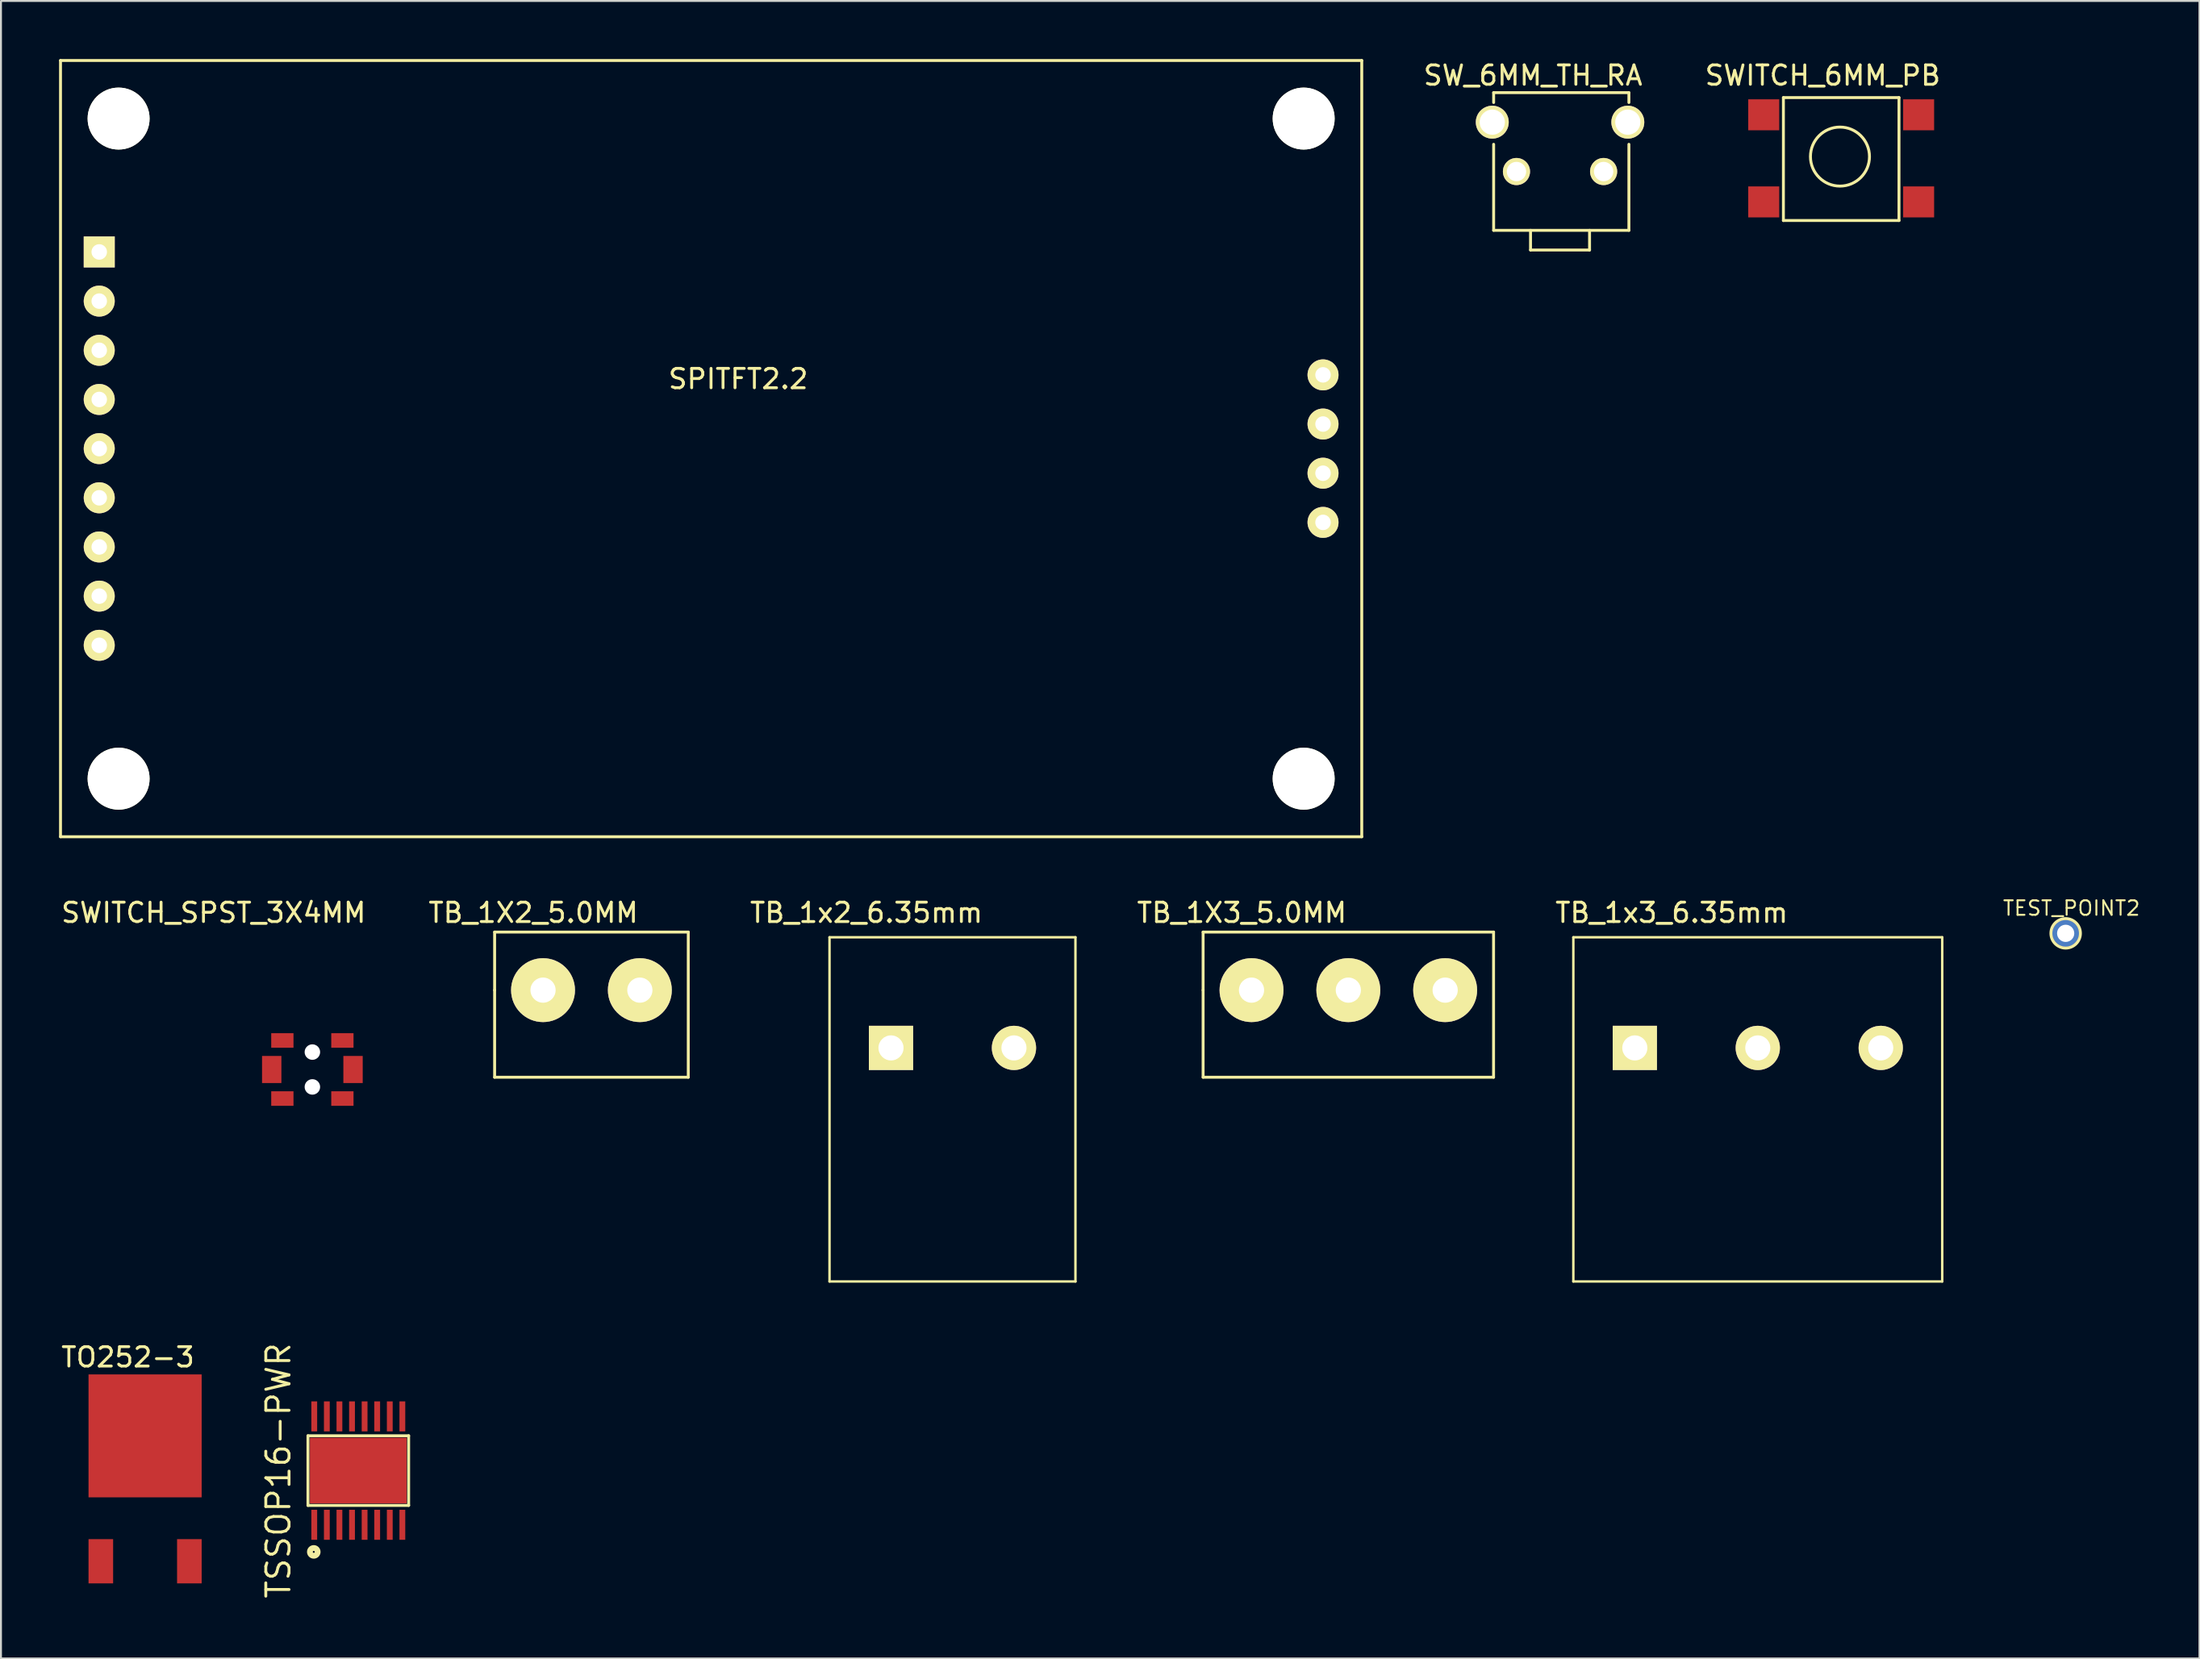
<source format=kicad_pcb>
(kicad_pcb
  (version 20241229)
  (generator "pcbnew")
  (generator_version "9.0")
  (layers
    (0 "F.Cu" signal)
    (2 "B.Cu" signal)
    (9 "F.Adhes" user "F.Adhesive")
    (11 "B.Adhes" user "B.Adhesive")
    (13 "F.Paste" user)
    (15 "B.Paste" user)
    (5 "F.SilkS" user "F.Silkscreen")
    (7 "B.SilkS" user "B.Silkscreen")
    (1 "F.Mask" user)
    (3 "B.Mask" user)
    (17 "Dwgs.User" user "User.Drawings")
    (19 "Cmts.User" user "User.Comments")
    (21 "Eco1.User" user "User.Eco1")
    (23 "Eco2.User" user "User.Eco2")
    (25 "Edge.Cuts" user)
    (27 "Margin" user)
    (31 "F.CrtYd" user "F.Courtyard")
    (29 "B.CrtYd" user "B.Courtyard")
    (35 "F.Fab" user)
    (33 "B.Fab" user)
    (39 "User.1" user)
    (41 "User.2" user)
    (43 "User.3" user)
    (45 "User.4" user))
  (footprint "TB_1X3_5.0MM"
    (layer "F.Cu")
    (at 61.582 48.098)
    (property "Reference" "TB_1X3_5.0MM" (at -0.5 -4 0) (layer "F.SilkS") (effects (font (size 1 1) (thickness 0.15))))
    (attr through_hole)
    (fp_line (start -2.5 -3) (end -2.5 0) (stroke (width 0.15) (type solid)) (layer "F.SilkS"))
    (fp_line (start -2.5 0) (end -2.5 4.5) (stroke (width 0.15) (type solid)) (layer "F.SilkS"))
    (fp_line (start -2.5 4.5) (end 12.5 4.5) (stroke (width 0.15) (type solid)) (layer "F.SilkS"))
    (fp_line (start 12.5 -3) (end -2.5 -3) (stroke (width 0.15) (type solid)) (layer "F.SilkS"))
    (fp_line (start 12.5 4.5) (end 12.5 -3) (stroke (width 0.15) (type solid)) (layer "F.SilkS"))
    (pad "1" thru_hole circle (at 0 0) (size 3.3 3.3) (drill 1.3) (layers "*.Cu" "*.Mask" "F.SilkS"))
    (pad "2" thru_hole circle (at 5 0) (size 3.3 3.3) (drill 1.3) (layers "*.Cu" "*.Mask" "F.SilkS"))
    (pad "3" thru_hole circle (at 10 0) (size 3.3 3.3) (drill 1.3) (layers "*.Cu" "*.Mask" "F.SilkS")))
  (footprint "TEST_POINT2"
    (layer "F.Cu")
    (at 103.627 45.164)
    (property "Reference" "TEST_POINT2" (at 0.3 -1.3 0) (layer "F.SilkS") (effects (font (size 0.75 0.75) (thickness 0.1))))
    (attr through_hole)
    (fp_circle (center 0 0) (end 0.762 0) (stroke (width 0.15) (type solid)) (fill no) (layer "F.SilkS"))
    (pad "1" thru_hole circle (at 0 0) (size 1.397 1.397) (drill 0.889) (layers "*.Cu" "*.Mask")))
  (footprint "SWITCH_6MM_PB"
    (layer "F.Cu")
    (at 88.034 2.88)
    (property "Reference" "SWITCH_6MM_PB" (at 3.048 -2.032 0) (layer "F.SilkS") (effects (font (size 1 1) (thickness 0.15))))
    (attr through_hole)
    (fp_line (start 1.016 -0.889) (end 6.985 -0.889) (stroke (width 0.15) (type solid)) (layer "F.SilkS"))
    (fp_line (start 1.016 5.461) (end 1.016 -0.889) (stroke (width 0.15) (type solid)) (layer "F.SilkS"))
    (fp_line (start 6.985 -0.889) (end 6.985 5.461) (stroke (width 0.15) (type solid)) (layer "F.SilkS"))
    (fp_line (start 6.985 5.461) (end 1.016 5.461) (stroke (width 0.15) (type solid)) (layer "F.SilkS"))
    (fp_circle (center 3.937 2.159) (end 5.461 2.159) (stroke (width 0.15) (type solid)) (fill no) (layer "F.SilkS"))
    (pad "1" smd rect (at 0 0) (size 1.6 1.6) (layers "F.Cu" "F.Mask" "F.Paste"))
    (pad "2" smd rect (at 8 0) (size 1.6 1.6) (layers "F.Cu" "F.Mask" "F.Paste"))
    (pad "3" smd rect (at 0 4.5) (size 1.6 1.6) (layers "F.Cu" "F.Mask" "F.Paste"))
    (pad "4" smd rect (at 8 4.5) (size 1.6 1.6) (layers "F.Cu" "F.Mask" "F.Paste")))
  (footprint "TB_1x2_6.35mm"
    (layer "F.Cu")
    (at 46.139 51.083)
    (property "Reference" "TB_1x2_6.35mm" (at -4.445 -6.985 0) (layer "F.SilkS") (effects (font (size 1 1) (thickness 0.15))))
    (attr through_hole)
    (fp_line (start -6.35 -5.715) (end -6.35 12.065) (stroke (width 0.127) (type solid)) (layer "F.SilkS"))
    (fp_line (start -6.35 12.065) (end 6.35 12.065) (stroke (width 0.127) (type solid)) (layer "F.SilkS"))
    (fp_line (start 6.35 -5.715) (end -6.35 -5.715) (stroke (width 0.127) (type solid)) (layer "F.SilkS"))
    (fp_line (start 6.35 12.065) (end 6.35 -5.715) (stroke (width 0.127) (type solid)) (layer "F.SilkS"))
    (pad "1" thru_hole rect (at -3.175 0) (size 2.286 2.286) (drill 1.295) (layers "*.Cu" "*.Mask" "F.SilkS"))
    (pad "2" thru_hole circle (at 3.175 0) (size 2.286 2.286) (drill 1.295) (layers "*.Cu" "*.Mask" "F.SilkS")))
  (footprint "TO252-3"
    (layer "F.Cu")
    (at 4.443 71.124)
    (property "Reference" "TO252-3" (at -0.889 -4.064 0) (layer "F.SilkS") (effects (font (size 1 1) (thickness 0.15))))
    (attr through_hole)
    (pad "2" smd rect (at -2.286 6.477) (size 1.27 2.286) (layers "F.Cu" "F.Mask" "F.Paste"))
    (pad "2" smd rect (at 0 0) (size 5.842 6.35) (layers "F.Cu" "F.Mask" "F.Paste"))
    (pad "3" smd rect (at 2.286 6.477) (size 1.27 2.286) (layers "F.Cu" "F.Mask" "F.Paste")))
  (footprint "SWITCH_SPST_3X4MM"
    (layer "F.Cu")
    (at 13.082 52.198)
    (property "Reference" "SWITCH_SPST_3X4MM" (at -5.1 -8.1 0) (layer "F.SilkS") (effects (font (size 1 1) (thickness 0.15))))
    (attr through_hole)
    (pad "" np_thru_hole circle (at 0 -0.9) (size 0.8 0.8) (drill 0.8) (layers "*.Cu" "*.Mask"))
    (pad "" np_thru_hole circle (at 0 0.9) (size 0.8 0.8) (drill 0.8) (layers "*.Cu" "*.Mask"))
    (pad "1" smd rect (at -2.1 0) (size 1 1.4) (layers "F.Cu" "F.Mask" "F.Paste"))
    (pad "2" smd rect (at 2.1 0) (size 1 1.4) (layers "F.Cu" "F.Mask" "F.Paste"))
    (pad "3" smd rect (at -1.55 -1.5) (size 1.15 0.75) (layers "F.Cu" "F.Mask" "F.Paste"))
    (pad "4" smd rect (at 1.55 -1.5) (size 1.15 0.75) (layers "F.Cu" "F.Mask" "F.Paste"))
    (pad "5" smd rect (at 1.55 1.5) (size 1.15 0.75) (layers "F.Cu" "F.Mask" "F.Paste"))
    (pad "6" smd rect (at -1.55 1.5) (size 1.15 0.75) (layers "F.Cu" "F.Mask" "F.Paste")))
  (footprint "SW_6MM_TH_RA"
    (layer "F.Cu")
    (at 77.515 3.261)
    (property "Reference" "SW_6MM_TH_RA" (at -1.397 -2.413 0) (layer "F.SilkS") (effects (font (size 1 1) (thickness 0.15))))
    (attr through_hole)
    (fp_line (start -3.429 -1.524) (end -3.429 -1.016) (stroke (width 0.15) (type solid)) (layer "F.SilkS"))
    (fp_line (start -3.429 1.143) (end -3.429 5.588) (stroke (width 0.15) (type solid)) (layer "F.SilkS"))
    (fp_line (start -3.429 5.588) (end 3.556 5.588) (stroke (width 0.15) (type solid)) (layer "F.SilkS"))
    (fp_line (start -1.524 6.604) (end -1.524 5.588) (stroke (width 0.15) (type solid)) (layer "F.SilkS"))
    (fp_line (start 1.524 5.588) (end 1.524 6.604) (stroke (width 0.15) (type solid)) (layer "F.SilkS"))
    (fp_line (start 1.524 6.604) (end -1.524 6.604) (stroke (width 0.15) (type solid)) (layer "F.SilkS"))
    (fp_line (start 3.556 -1.524) (end -3.429 -1.524) (stroke (width 0.15) (type solid)) (layer "F.SilkS"))
    (fp_line (start 3.556 -1.016) (end 3.556 -1.524) (stroke (width 0.15) (type solid)) (layer "F.SilkS"))
    (fp_line (start 3.556 5.588) (end 3.556 1.143) (stroke (width 0.15) (type solid)) (layer "F.SilkS"))
    (pad "1" thru_hole circle (at -2.25 2.55) (size 1.4 1.4) (drill 1) (layers "*.Cu" "*.Mask" "F.SilkS"))
    (pad "2" thru_hole circle (at 2.25 2.55) (size 1.4 1.4) (drill 1) (layers "*.Cu" "*.Mask" "F.SilkS"))
    (pad "A" thru_hole circle (at -3.5 0) (size 1.7 1.7) (drill 1.3) (layers "*.Cu" "*.Mask" "F.SilkS"))
    (pad "B" thru_hole circle (at 3.5 0) (size 1.7 1.7) (drill 1.3) (layers "*.Cu" "*.Mask" "F.SilkS")))
  (footprint "TB_1x3_6.35mm"
    (layer "F.Cu")
    (at 87.727 51.083)
    (property "Reference" "TB_1x3_6.35mm" (at -4.445 -6.985 0) (layer "F.SilkS") (effects (font (size 1 1) (thickness 0.15))))
    (attr through_hole)
    (fp_line (start -9.525 -5.715) (end -9.525 12.065) (stroke (width 0.127) (type solid)) (layer "F.SilkS"))
    (fp_line (start -9.525 12.065) (end 9.525 12.065) (stroke (width 0.127) (type solid)) (layer "F.SilkS"))
    (fp_line (start 9.525 -5.715) (end -9.525 -5.715) (stroke (width 0.127) (type solid)) (layer "F.SilkS"))
    (fp_line (start 9.525 12.065) (end 9.525 -5.715) (stroke (width 0.127) (type solid)) (layer "F.SilkS"))
    (pad "1" thru_hole rect (at -6.35 0) (size 2.286 2.286) (drill 1.295) (layers "*.Cu" "*.Mask" "F.SilkS"))
    (pad "2" thru_hole circle (at 0 0) (size 2.286 2.286) (drill 1.295) (layers "*.Cu" "*.Mask" "F.SilkS"))
    (pad "3" thru_hole circle (at 6.35 0) (size 2.286 2.286) (drill 1.295) (layers "*.Cu" "*.Mask" "F.SilkS")))
  (footprint "SPITFT2.2"
    (layer "F.Cu")
    (at 33.675 20.125)
    (property "Reference" "SPITFT2.2" (at 1.4 -3.6 0) (layer "F.SilkS") (effects (font (size 1 1) (thickness 0.15))))
    (attr through_hole)
    (fp_line (start -33.6 -20.05) (end 33.6 -20.05) (stroke (width 0.15) (type solid)) (layer "F.SilkS"))
    (fp_line (start -33.6 20.05) (end -33.6 -20.05) (stroke (width 0.15) (type solid)) (layer "F.SilkS"))
    (fp_line (start 33.6 -20.05) (end 33.6 20.05) (stroke (width 0.15) (type solid)) (layer "F.SilkS"))
    (fp_line (start 33.6 20.05) (end -33.6 20.05) (stroke (width 0.15) (type solid)) (layer "F.SilkS"))
    (pad "" np_thru_hole circle (at -30.6 -17.05) (size 3.2 3.2) (drill 3.2) (layers "*.Cu" "*.Mask" "F.SilkS"))
    (pad "" np_thru_hole circle (at -30.6 17.05) (size 3.2 3.2) (drill 3.2) (layers "*.Cu" "*.Mask" "F.SilkS"))
    (pad "" np_thru_hole circle (at 30.6 -17.05) (size 3.2 3.2) (drill 3.2) (layers "*.Cu" "*.Mask" "F.SilkS"))
    (pad "" np_thru_hole circle (at 30.6 17.05) (size 3.2 3.2) (drill 3.2) (layers "*.Cu" "*.Mask" "F.SilkS"))
    (pad "1" thru_hole rect (at -31.6 -10.16) (size 1.6 1.6) (drill 0.8) (layers "*.Cu" "*.Mask" "F.SilkS"))
    (pad "2" thru_hole circle (at -31.6 -7.62) (size 1.6 1.6) (drill 0.8) (layers "*.Cu" "*.Mask" "F.SilkS"))
    (pad "3" thru_hole circle (at -31.6 -5.08) (size 1.6 1.6) (drill 0.8) (layers "*.Cu" "*.Mask" "F.SilkS"))
    (pad "4" thru_hole circle (at -31.6 -2.54) (size 1.6 1.6) (drill 0.8) (layers "*.Cu" "*.Mask" "F.SilkS"))
    (pad "5" thru_hole circle (at -31.6 0) (size 1.6 1.6) (drill 0.8) (layers "*.Cu" "*.Mask" "F.SilkS"))
    (pad "6" thru_hole circle (at -31.6 2.54) (size 1.6 1.6) (drill 0.8) (layers "*.Cu" "*.Mask" "F.SilkS"))
    (pad "7" thru_hole circle (at -31.6 5.08) (size 1.6 1.6) (drill 0.8) (layers "*.Cu" "*.Mask" "F.SilkS"))
    (pad "8" thru_hole circle (at -31.6 7.62) (size 1.6 1.6) (drill 0.8) (layers "*.Cu" "*.Mask" "F.SilkS"))
    (pad "9" thru_hole circle (at -31.6 10.16) (size 1.6 1.6) (drill 0.8) (layers "*.Cu" "*.Mask" "F.SilkS"))
    (pad "10" thru_hole circle (at 31.6 3.81) (size 1.6 1.6) (drill 0.8) (layers "*.Cu" "*.Mask" "F.SilkS"))
    (pad "11" thru_hole circle (at 31.6 1.27) (size 1.6 1.6) (drill 0.8) (layers "*.Cu" "*.Mask" "F.SilkS"))
    (pad "12" thru_hole circle (at 31.6 -1.27) (size 1.6 1.6) (drill 0.8) (layers "*.Cu" "*.Mask" "F.SilkS"))
    (pad "13" thru_hole circle (at 31.6 -3.81) (size 1.6 1.6) (drill 0.8) (layers "*.Cu" "*.Mask" "F.SilkS")))
  (footprint "TSSOP16-PWR"
    (layer "F.Cu")
    (at 15.454 72.917)
    (property "Reference" "TSSOP16-PWR" (at -4.125 0 90) (layer "F.SilkS") (effects (font (size 1.2 1.2) (thickness 0.15))))
    (attr through_hole)
    (fp_line (start -2.6 -1.8) (end 2.6 -1.8) (stroke (width 0.15) (type solid)) (layer "F.SilkS"))
    (fp_line (start -2.6 1.8) (end -2.6 -1.8) (stroke (width 0.15) (type solid)) (layer "F.SilkS"))
    (fp_line (start 2.6 -1.8) (end 2.6 1.8) (stroke (width 0.15) (type solid)) (layer "F.SilkS"))
    (fp_line (start 2.6 1.8) (end -2.6 1.8) (stroke (width 0.15) (type solid)) (layer "F.SilkS"))
    (fp_circle (center -2.3 4.2) (end -2.1 4.2) (stroke (width 0.3) (type solid)) (fill no) (layer "F.SilkS"))
    (pad "1" smd rect (at -2.275 2.8) (size 0.3 1.55) (layers "F.Cu" "F.Mask" "F.Paste"))
    (pad "2" smd rect (at -1.625 2.8) (size 0.3 1.55) (layers "F.Cu" "F.Mask" "F.Paste"))
    (pad "3" smd rect (at -0.975 2.8) (size 0.3 1.55) (layers "F.Cu" "F.Mask" "F.Paste"))
    (pad "4" smd rect (at -0.325 2.8) (size 0.3 1.55) (layers "F.Cu" "F.Mask" "F.Paste"))
    (pad "5" smd rect (at 0.325 2.8) (size 0.3 1.55) (layers "F.Cu" "F.Mask" "F.Paste"))
    (pad "6" smd rect (at 0.975 2.8) (size 0.3 1.55) (layers "F.Cu" "F.Mask" "F.Paste"))
    (pad "7" smd rect (at 1.625 2.8) (size 0.3 1.55) (layers "F.Cu" "F.Mask" "F.Paste"))
    (pad "8" smd rect (at 2.275 2.8) (size 0.3 1.55) (layers "F.Cu" "F.Mask" "F.Paste"))
    (pad "9" smd rect (at 2.275 -2.8) (size 0.3 1.55) (layers "F.Cu" "F.Mask" "F.Paste"))
    (pad "10" smd rect (at 1.625 -2.8) (size 0.3 1.55) (layers "F.Cu" "F.Mask" "F.Paste"))
    (pad "11" smd rect (at 0.975 -2.8) (size 0.3 1.55) (layers "F.Cu" "F.Mask" "F.Paste"))
    (pad "12" smd rect (at 0.325 -2.8) (size 0.3 1.55) (layers "F.Cu" "F.Mask" "F.Paste"))
    (pad "13" smd rect (at -0.325 -2.8) (size 0.3 1.55) (layers "F.Cu" "F.Mask" "F.Paste"))
    (pad "14" smd rect (at -0.975 -2.8) (size 0.3 1.55) (layers "F.Cu" "F.Mask" "F.Paste"))
    (pad "15" smd rect (at -1.625 -2.8) (size 0.3 1.55) (layers "F.Cu" "F.Mask" "F.Paste"))
    (pad "16" smd rect (at -2.275 -2.8) (size 0.3 1.55) (layers "F.Cu" "F.Mask" "F.Paste"))
    (pad "17" smd rect (at 0 0) (size 5 3.4) (layers "F.Cu" "F.Mask" "F.Paste")))
  (footprint "TB_1X2_5.0MM"
    (layer "F.Cu")
    (at 24.994 48.098)
    (property "Reference" "TB_1X2_5.0MM" (at -0.5 -4 0) (layer "F.SilkS") (effects (font (size 1 1) (thickness 0.15))))
    (attr through_hole)
    (fp_line (start -2.5 -3) (end -2.5 0) (stroke (width 0.15) (type solid)) (layer "F.SilkS"))
    (fp_line (start -2.5 0) (end -2.5 4.5) (stroke (width 0.15) (type solid)) (layer "F.SilkS"))
    (fp_line (start -2.5 4.5) (end 7.5 4.5) (stroke (width 0.15) (type solid)) (layer "F.SilkS"))
    (fp_line (start 7.5 -3) (end -2.5 -3) (stroke (width 0.15) (type solid)) (layer "F.SilkS"))
    (fp_line (start 7.5 4.5) (end 7.5 -3) (stroke (width 0.15) (type solid)) (layer "F.SilkS"))
    (pad "1" thru_hole circle (at 0 0) (size 3.3 3.3) (drill 1.3) (layers "*.Cu" "*.Mask" "F.SilkS"))
    (pad "2" thru_hole circle (at 5 0) (size 3.3 3.3) (drill 1.3) (layers "*.Cu" "*.Mask" "F.SilkS")))
  (gr_rect
    (start -3 -3)
    (end 110.537 82.622)
    (stroke (width 0.1) (type default))
    (fill no)
    (layer "Edge.Cuts")))
</source>
